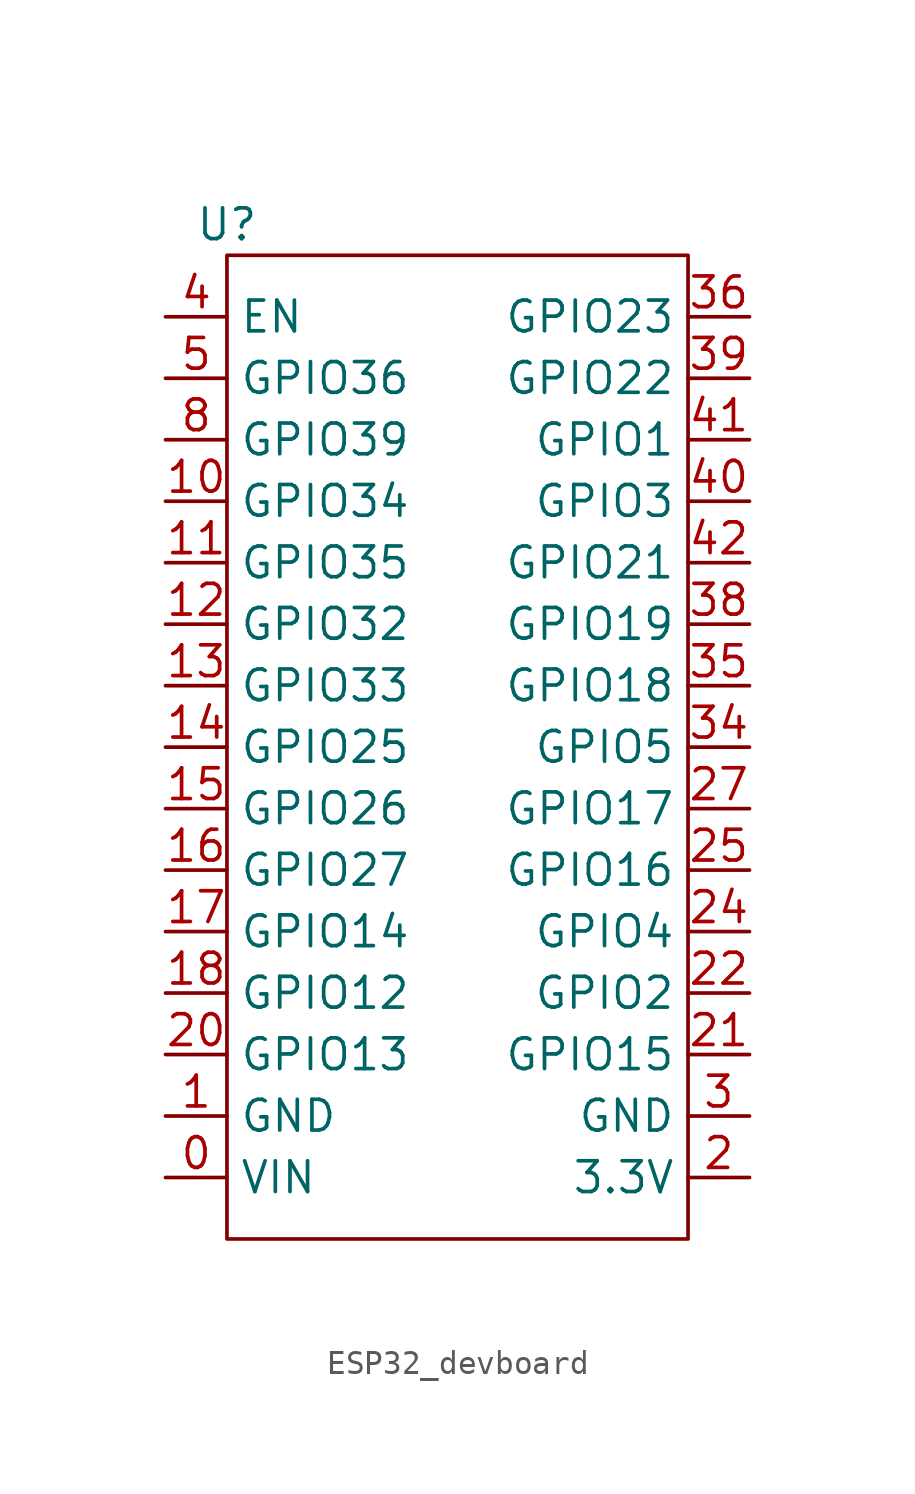
<source format=kicad_sym>
(kicad_symbol_lib
  (version 20241209)
  (generator "kicad_symbol_editor")
  (generator_version "9.0")
  (symbol "ESP32_devboard"
    (property "Reference" "U"
      (at 0 0 0)
      (effects (font (size 1.27 1.27))))
    (property "Value" ""
      (at 0 0 0)
      (effects (font (size 1.27 1.27))))
    (symbol "ESP32_devboard_0_1"
      (rectangle (start 0 -1.27) (end 19.05 -41.91) (stroke (width 0) (type default)) (fill (type none))))
    (symbol "ESP32_devboard_1_1"
      (pin bidirectional line (at -2.54 -3.81 0) (length 2.54) (name "EN" (effects (font (size 1.27 1.27)))) (number "4" (effects (font (size 1.27 1.27)))))
      (pin bidirectional line (at -2.54 -6.35 0) (length 2.54) (name "GPIO36" (effects (font (size 1.27 1.27)))) (number "5" (effects (font (size 1.27 1.27)))))
      (pin bidirectional line (at -2.54 -8.89 0) (length 2.54) (name "GPIO39" (effects (font (size 1.27 1.27)))) (number "8" (effects (font (size 1.27 1.27)))))
      (pin bidirectional line (at -2.54 -11.43 0) (length 2.54) (name "GPIO34" (effects (font (size 1.27 1.27)))) (number "10" (effects (font (size 1.27 1.27)))))
      (pin bidirectional line (at -2.54 -13.97 0) (length 2.54) (name "GPIO35" (effects (font (size 1.27 1.27)))) (number "11" (effects (font (size 1.27 1.27)))))
      (pin bidirectional line (at -2.54 -16.51 0) (length 2.54) (name "GPIO32" (effects (font (size 1.27 1.27)))) (number "12" (effects (font (size 1.27 1.27)))))
      (pin bidirectional line (at -2.54 -19.05 0) (length 2.54) (name "GPIO33" (effects (font (size 1.27 1.27)))) (number "13" (effects (font (size 1.27 1.27)))))
      (pin bidirectional line (at -2.54 -21.59 0) (length 2.54) (name "GPIO25" (effects (font (size 1.27 1.27)))) (number "14" (effects (font (size 1.27 1.27)))))
      (pin bidirectional line (at -2.54 -24.13 0) (length 2.54) (name "GPIO26" (effects (font (size 1.27 1.27)))) (number "15" (effects (font (size 1.27 1.27)))))
      (pin bidirectional line (at -2.54 -26.67 0) (length 2.54) (name "GPIO27" (effects (font (size 1.27 1.27)))) (number "16" (effects (font (size 1.27 1.27)))))
      (pin bidirectional line (at -2.54 -29.21 0) (length 2.54) (name "GPIO14" (effects (font (size 1.27 1.27)))) (number "17" (effects (font (size 1.27 1.27)))))
      (pin bidirectional line (at -2.54 -31.75 0) (length 2.54) (name "GPIO12" (effects (font (size 1.27 1.27)))) (number "18" (effects (font (size 1.27 1.27)))))
      (pin bidirectional line (at -2.54 -34.29 0) (length 2.54) (name "GPIO13" (effects (font (size 1.27 1.27)))) (number "20" (effects (font (size 1.27 1.27)))))
      (pin power_in line (at -2.54 -36.83 0) (length 2.54) (name "GND" (effects (font (size 1.27 1.27)))) (number "1" (effects (font (size 1.27 1.27)))))
      (pin power_in line (at -2.54 -39.37 0) (length 2.54) (name "VIN" (effects (font (size 1.27 1.27)))) (number "0" (effects (font (size 1.27 1.27)))))
      (pin bidirectional line (at 21.59 -3.81 180) (length 2.54) (name "GPIO23" (effects (font (size 1.27 1.27)))) (number "36" (effects (font (size 1.27 1.27)))))
      (pin bidirectional line (at 21.59 -6.35 180) (length 2.54) (name "GPIO22" (effects (font (size 1.27 1.27)))) (number "39" (effects (font (size 1.27 1.27)))))
      (pin bidirectional line (at 21.59 -8.89 180) (length 2.54) (name "GPIO1" (effects (font (size 1.27 1.27)))) (number "41" (effects (font (size 1.27 1.27)))))
      (pin bidirectional line (at 21.59 -11.43 180) (length 2.54) (name "GPIO3" (effects (font (size 1.27 1.27)))) (number "40" (effects (font (size 1.27 1.27)))))
      (pin bidirectional line (at 21.59 -13.97 180) (length 2.54) (name "GPIO21" (effects (font (size 1.27 1.27)))) (number "42" (effects (font (size 1.27 1.27)))))
      (pin bidirectional line (at 21.59 -16.51 180) (length 2.54) (name "GPIO19" (effects (font (size 1.27 1.27)))) (number "38" (effects (font (size 1.27 1.27)))))
      (pin bidirectional line (at 21.59 -19.05 180) (length 2.54) (name "GPIO18" (effects (font (size 1.27 1.27)))) (number "35" (effects (font (size 1.27 1.27)))))
      (pin bidirectional line (at 21.59 -21.59 180) (length 2.54) (name "GPIO5" (effects (font (size 1.27 1.27)))) (number "34" (effects (font (size 1.27 1.27)))))
      (pin bidirectional line (at 21.59 -24.13 180) (length 2.54) (name "GPIO17" (effects (font (size 1.27 1.27)))) (number "27" (effects (font (size 1.27 1.27)))))
      (pin bidirectional line (at 21.59 -26.67 180) (length 2.54) (name "GPIO16" (effects (font (size 1.27 1.27)))) (number "25" (effects (font (size 1.27 1.27)))))
      (pin bidirectional line (at 21.59 -29.21 180) (length 2.54) (name "GPIO4" (effects (font (size 1.27 1.27)))) (number "24" (effects (font (size 1.27 1.27)))))
      (pin bidirectional line (at 21.59 -31.75 180) (length 2.54) (name "GPIO2" (effects (font (size 1.27 1.27)))) (number "22" (effects (font (size 1.27 1.27)))))
      (pin bidirectional line (at 21.59 -34.29 180) (length 2.54) (name "GPIO15" (effects (font (size 1.27 1.27)))) (number "21" (effects (font (size 1.27 1.27)))))
      (pin power_in line (at 21.59 -36.83 180) (length 2.54) (name "GND" (effects (font (size 1.27 1.27)))) (number "3" (effects (font (size 1.27 1.27)))))
      (pin power_in line (at 21.59 -39.37 180) (length 2.54) (name "3.3V" (effects (font (size 1.27 1.27)))) (number "2" (effects (font (size 1.27 1.27))))))))
</source>
